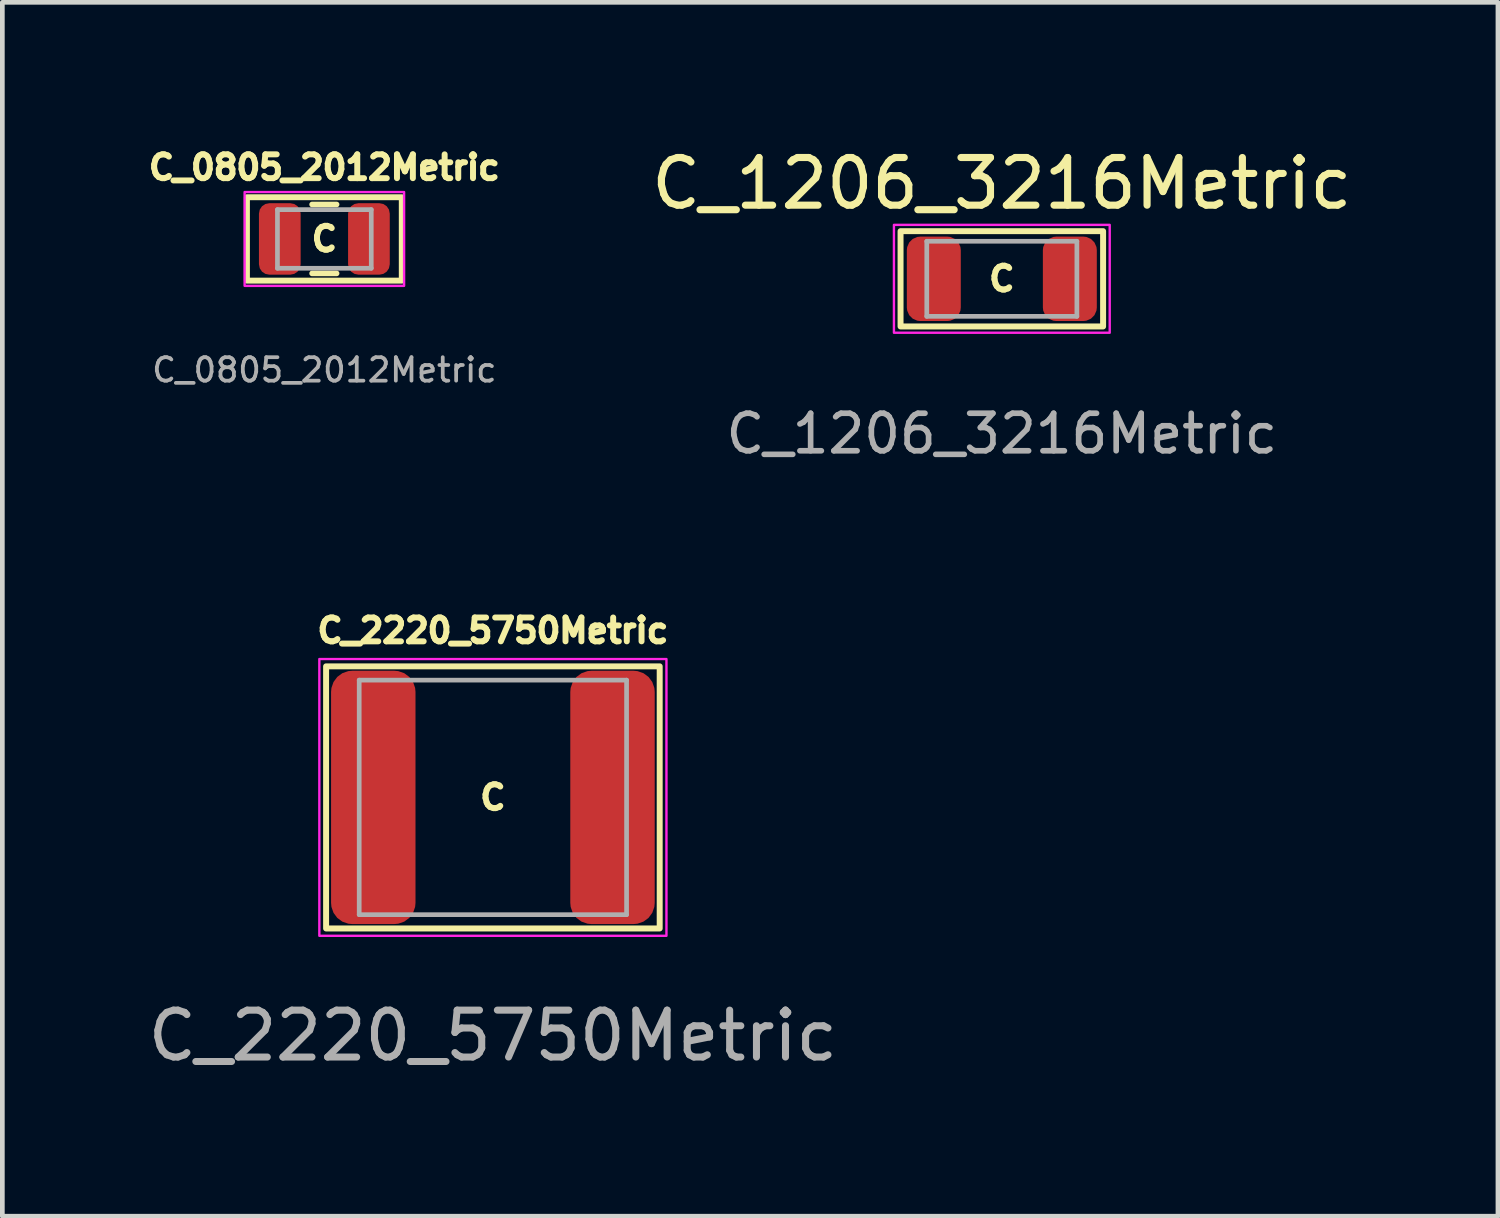
<source format=kicad_pcb>
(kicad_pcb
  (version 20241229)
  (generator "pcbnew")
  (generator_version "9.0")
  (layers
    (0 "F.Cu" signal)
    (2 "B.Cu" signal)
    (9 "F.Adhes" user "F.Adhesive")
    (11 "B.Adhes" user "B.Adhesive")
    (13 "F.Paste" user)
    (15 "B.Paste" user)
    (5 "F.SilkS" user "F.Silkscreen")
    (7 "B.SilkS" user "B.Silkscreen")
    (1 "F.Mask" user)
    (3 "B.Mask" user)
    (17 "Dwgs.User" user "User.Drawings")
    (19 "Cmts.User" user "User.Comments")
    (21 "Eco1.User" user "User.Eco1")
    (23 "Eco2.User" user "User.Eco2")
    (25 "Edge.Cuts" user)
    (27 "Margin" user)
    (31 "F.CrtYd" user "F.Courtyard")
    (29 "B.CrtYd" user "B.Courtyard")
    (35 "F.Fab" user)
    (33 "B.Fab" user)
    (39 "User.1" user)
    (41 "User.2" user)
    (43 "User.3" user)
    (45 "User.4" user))
  (footprint "C_0805_2012Metric"
    (layer "F.Cu")
    (at 3.865 2.044)
    (property "Reference" "C_0805_2012Metric" (at 0 -1.524 0) (layer "F.SilkS") (effects (font (size 0.508 0.508) (thickness 0.127))))
    (attr smd)
    (fp_line (start -0.261 -0.735) (end 0.261 -0.735) (stroke (width 0.12) (type solid)) (layer "F.SilkS"))
    (fp_line (start -0.261 0.735) (end 0.261 0.735) (stroke (width 0.12) (type solid)) (layer "F.SilkS"))
    (fp_rect (start -1.651 -0.889) (end 1.651 0.889) (stroke (width 0.127) (type default)) (fill no) (layer "F.SilkS"))
    (fp_rect (start -1.7 -1) (end 1.7 1) (stroke (width 0.051) (type default)) (fill no) (layer "F.CrtYd"))
    (fp_line (start -1 -0.625) (end 1 -0.625) (stroke (width 0.1) (type solid)) (layer "F.Fab"))
    (fp_line (start -1 0.625) (end -1 -0.625) (stroke (width 0.1) (type solid)) (layer "F.Fab"))
    (fp_line (start 1 -0.625) (end 1 0.625) (stroke (width 0.1) (type solid)) (layer "F.Fab"))
    (fp_line (start 1 0.625) (end -1 0.625) (stroke (width 0.1) (type solid)) (layer "F.Fab"))
    (fp_text user "C" (at 0 0 0) (layer "F.SilkS") (effects (font (size 0.508 0.508) (thickness 0.127))))
    (fp_text user "${REFERENCE}" (at 0 2.794 0) (layer "F.Fab") (effects (font (size 0.5 0.5) (thickness 0.08))))
    (pad "1" smd roundrect (at -0.95 0) (size 0.889 1.524) (layers "F.Cu" "F.Mask" "F.Paste") (roundrect_rratio 0.25))
    (pad "2" smd roundrect (at 0.95 0) (size 0.889 1.524) (layers "F.Cu" "F.Mask" "F.Paste") (roundrect_rratio 0.25)))
  (footprint "C_2220_5750Metric"
    (layer "F.Cu")
    (at 7.458 13.95)
    (property "Reference" "C_2220_5750Metric" (at 0 -3.556 0) (layer "F.SilkS") (effects (font (size 0.508 0.508) (thickness 0.127))))
    (attr smd)
    (fp_rect (start -3.556 -2.794) (end 3.556 2.794) (stroke (width 0.127) (type default)) (fill no) (layer "F.SilkS"))
    (fp_rect (start -3.7 -2.95) (end 3.7 2.95) (stroke (width 0.051) (type default)) (fill no) (layer "F.CrtYd"))
    (fp_line (start -2.85 -2.5) (end 2.85 -2.5) (stroke (width 0.1) (type solid)) (layer "F.Fab"))
    (fp_line (start -2.85 2.5) (end -2.85 -2.5) (stroke (width 0.1) (type solid)) (layer "F.Fab"))
    (fp_line (start 2.85 -2.5) (end 2.85 2.5) (stroke (width 0.1) (type solid)) (layer "F.Fab"))
    (fp_line (start 2.85 2.5) (end -2.85 2.5) (stroke (width 0.1) (type solid)) (layer "F.Fab"))
    (fp_text user "C" (at 0 0 0) (layer "F.SilkS") (effects (font (size 0.508 0.508) (thickness 0.127))))
    (fp_text user "${REFERENCE}" (at 0 5.08 0) (layer "F.Fab") (effects (font (size 1 1) (thickness 0.15))))
    (pad "1" smd roundrect (at -2.55 0) (size 1.8 5.4) (layers "F.Cu" "F.Mask" "F.Paste") (roundrect_rratio 0.25))
    (pad "2" smd roundrect (at 2.55 0) (size 1.8 5.4) (layers "F.Cu" "F.Mask" "F.Paste") (roundrect_rratio 0.25)))
  (footprint "C_1206_3216Metric"
    (layer "F.Cu")
    (at 18.308 2.894)
    (property "Reference" "C_1206_3216Metric" (at 0 -2.032 0) (layer "F.SilkS") (effects (font (size 1.016 1.016) (thickness 0.152))))
    (attr smd)
    (fp_rect (start -2.159 -1.016) (end 2.159 1.016) (stroke (width 0.127) (type default)) (fill no) (layer "F.SilkS"))
    (fp_rect (start -2.3 -1.15) (end 2.3 1.15) (stroke (width 0.051) (type default)) (fill no) (layer "F.CrtYd"))
    (fp_line (start -1.6 -0.8) (end 1.6 -0.8) (stroke (width 0.1) (type solid)) (layer "F.Fab"))
    (fp_line (start -1.6 0.8) (end -1.6 -0.8) (stroke (width 0.1) (type solid)) (layer "F.Fab"))
    (fp_line (start 1.6 -0.8) (end 1.6 0.8) (stroke (width 0.1) (type solid)) (layer "F.Fab"))
    (fp_line (start 1.6 0.8) (end -1.6 0.8) (stroke (width 0.1) (type solid)) (layer "F.Fab"))
    (fp_text user "C" (at 0 0 0) (layer "F.SilkS") (effects (font (size 0.508 0.508) (thickness 0.127))))
    (fp_text user "${REFERENCE}" (at 0 3.302 0) (layer "F.Fab") (effects (font (size 0.8 0.8) (thickness 0.12))))
    (pad "1" smd roundrect (at -1.45 0) (size 1.15 1.8) (layers "F.Cu" "F.Mask" "F.Paste") (roundrect_rratio 0.25))
    (pad "2" smd roundrect (at 1.45 0) (size 1.15 1.8) (layers "F.Cu" "F.Mask" "F.Paste") (roundrect_rratio 0.25)))
  (gr_rect
    (start -3 -3)
    (end 28.885 22.879)
    (stroke (width 0.1) (type default))
    (fill no)
    (layer "Edge.Cuts")))
</source>
